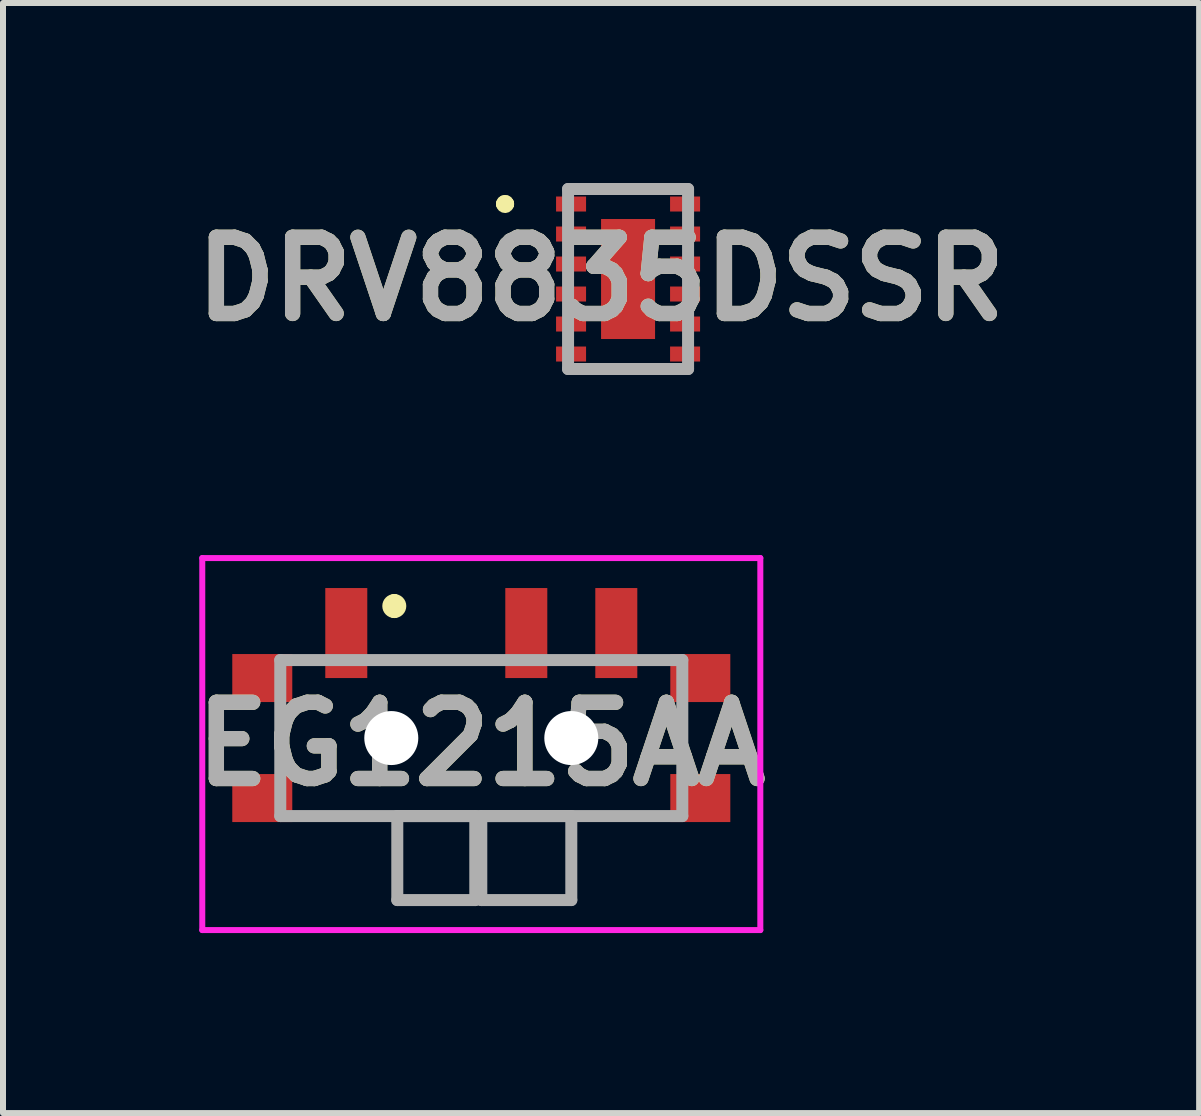
<source format=kicad_pcb>
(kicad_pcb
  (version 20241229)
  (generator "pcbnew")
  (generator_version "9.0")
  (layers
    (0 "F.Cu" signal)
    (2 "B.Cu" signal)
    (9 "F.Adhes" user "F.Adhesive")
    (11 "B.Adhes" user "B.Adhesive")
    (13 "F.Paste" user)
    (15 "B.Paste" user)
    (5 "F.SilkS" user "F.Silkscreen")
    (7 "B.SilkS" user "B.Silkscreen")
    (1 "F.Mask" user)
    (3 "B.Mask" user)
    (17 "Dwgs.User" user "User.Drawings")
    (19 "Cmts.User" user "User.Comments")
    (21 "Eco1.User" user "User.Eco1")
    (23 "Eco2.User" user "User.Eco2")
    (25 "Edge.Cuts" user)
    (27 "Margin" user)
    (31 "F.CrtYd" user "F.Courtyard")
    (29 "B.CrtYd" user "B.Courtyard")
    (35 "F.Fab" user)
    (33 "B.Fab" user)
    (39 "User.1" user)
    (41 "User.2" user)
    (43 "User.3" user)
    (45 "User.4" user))
  (footprint "DRV8835DSSR"
    (layer "F.Cu")
    (at 7.417 1.6)
    (property "Reference" "DRV8835DSSR" (at -0.45 0 0) (layer "F.SilkS") (effects (font (size 1.27 1.27) (thickness 0.254))))
    (attr smd)
    (fp_line (start -2.1 -1.25) (end -2.1 -1.25) (stroke (width 0.2) (type solid)) (layer "F.SilkS"))
    (fp_line (start -2 -1.25) (end -2 -1.25) (stroke (width 0.2) (type solid)) (layer "F.SilkS"))
    (fp_line (start -2 -1.25) (end -2 -1.25) (stroke (width 0.2) (type solid)) (layer "F.SilkS"))
    (fp_arc (start -2.1 -1.25) (mid -2.05 -1.3) (end -2 -1.25) (stroke (width 0.2) (type solid)) (layer "F.SilkS"))
    (fp_arc (start -2.1 -1.25) (mid -2.05 -1.3) (end -2 -1.25) (stroke (width 0.2) (type solid)) (layer "F.SilkS"))
    (fp_arc (start -2 -1.25) (mid -2.05 -1.2) (end -2.1 -1.25) (stroke (width 0.2) (type solid)) (layer "F.SilkS"))
    (fp_line (start -1 -1.5) (end -1 1.5) (stroke (width 0.2) (type solid)) (layer "F.Fab"))
    (fp_line (start -1 1.5) (end 1 1.5) (stroke (width 0.2) (type solid)) (layer "F.Fab"))
    (fp_line (start 1 -1.5) (end -1 -1.5) (stroke (width 0.2) (type solid)) (layer "F.Fab"))
    (fp_line (start 1 1.5) (end 1 -1.5) (stroke (width 0.2) (type solid)) (layer "F.Fab"))
    (fp_text user "${REFERENCE}" (at -0.45 0 0) (layer "F.Fab") (effects (font (size 1.27 1.27) (thickness 0.254))))
    (pad "1" smd rect (at -0.95 -1.25 90) (size 0.25 0.5) (layers "F.Cu" "F.Mask" "F.Paste"))
    (pad "2" smd rect (at -0.95 -0.75 90) (size 0.25 0.5) (layers "F.Cu" "F.Mask" "F.Paste"))
    (pad "3" smd rect (at -0.95 -0.25 90) (size 0.25 0.5) (layers "F.Cu" "F.Mask" "F.Paste"))
    (pad "4" smd rect (at -0.95 0.25 90) (size 0.25 0.5) (layers "F.Cu" "F.Mask" "F.Paste"))
    (pad "5" smd rect (at -0.95 0.75 90) (size 0.25 0.5) (layers "F.Cu" "F.Mask" "F.Paste"))
    (pad "6" smd rect (at -0.95 1.25 90) (size 0.25 0.5) (layers "F.Cu" "F.Mask" "F.Paste"))
    (pad "7" smd rect (at 0.95 1.25 90) (size 0.25 0.5) (layers "F.Cu" "F.Mask" "F.Paste"))
    (pad "8" smd rect (at 0.95 0.75 90) (size 0.25 0.5) (layers "F.Cu" "F.Mask" "F.Paste"))
    (pad "9" smd rect (at 0.95 0.25 90) (size 0.25 0.5) (layers "F.Cu" "F.Mask" "F.Paste"))
    (pad "10" smd rect (at 0.95 -0.25 90) (size 0.25 0.5) (layers "F.Cu" "F.Mask" "F.Paste"))
    (pad "11" smd rect (at 0.95 -0.75 90) (size 0.25 0.5) (layers "F.Cu" "F.Mask" "F.Paste"))
    (pad "12" smd rect (at 0.95 -1.25 90) (size 0.25 0.5) (layers "F.Cu" "F.Mask" "F.Paste"))
    (pad "13" smd rect (at 0 0) (size 0.9 2) (layers "F.Cu" "F.Mask" "F.Paste")))
  (footprint "EG1215AA"
    (layer "F.Cu")
    (at 4.971 9.25)
    (property "Reference" "EG1215AA" (at 0 0.1 0) (layer "F.SilkS") (effects (font (size 1.27 1.27) (thickness 0.254))))
    (attr through_hole)
    (fp_line (start -3.35 -0.2) (end -3.35 0.2) (stroke (width 0.1) (type solid)) (layer "F.SilkS"))
    (fp_line (start -2.7 1.3) (end 2.7 1.3) (stroke (width 0.1) (type solid)) (layer "F.SilkS"))
    (fp_line (start -1.5 -1.3) (end 0 -1.3) (stroke (width 0.1) (type solid)) (layer "F.SilkS"))
    (fp_line (start -1.45 -2.3) (end -1.45 -2.3) (stroke (width 0.2) (type solid)) (layer "F.SilkS"))
    (fp_line (start -1.45 -2.1) (end -1.45 -2.1) (stroke (width 0.2) (type solid)) (layer "F.SilkS"))
    (fp_line (start 3.35 -0.2) (end 3.35 0.2) (stroke (width 0.1) (type solid)) (layer "F.SilkS"))
    (fp_arc (start -1.45 -2.3) (mid -1.35 -2.2) (end -1.45 -2.1) (stroke (width 0.2) (type solid)) (layer "F.SilkS"))
    (fp_arc (start -1.45 -2.1) (mid -1.55 -2.2) (end -1.45 -2.3) (stroke (width 0.2) (type solid)) (layer "F.SilkS"))
    (fp_line (start -4.65 -3) (end 4.65 -3) (stroke (width 0.1) (type solid)) (layer "F.CrtYd"))
    (fp_line (start -4.65 3.2) (end -4.65 -3) (stroke (width 0.1) (type solid)) (layer "F.CrtYd"))
    (fp_line (start 4.65 -3) (end 4.65 3.2) (stroke (width 0.1) (type solid)) (layer "F.CrtYd"))
    (fp_line (start 4.65 3.2) (end -4.65 3.2) (stroke (width 0.1) (type solid)) (layer "F.CrtYd"))
    (fp_line (start -3.35 -1.3) (end 3.35 -1.3) (stroke (width 0.2) (type solid)) (layer "F.Fab"))
    (fp_line (start -3.35 1.3) (end -3.35 -1.3) (stroke (width 0.2) (type solid)) (layer "F.Fab"))
    (fp_line (start -1.4 1.3) (end -0.1 1.3) (stroke (width 0.2) (type solid)) (layer "F.Fab"))
    (fp_line (start -1.4 2.7) (end -1.4 1.3) (stroke (width 0.2) (type solid)) (layer "F.Fab"))
    (fp_line (start -0.1 1.3) (end -0.1 2.7) (stroke (width 0.2) (type solid)) (layer "F.Fab"))
    (fp_line (start -0.1 2.7) (end -1.4 2.7) (stroke (width 0.2) (type solid)) (layer "F.Fab"))
    (fp_line (start 0 1.3) (end 1.5 1.3) (stroke (width 0.2) (type solid)) (layer "F.Fab"))
    (fp_line (start 0 2.7) (end 0 1.3) (stroke (width 0.2) (type solid)) (layer "F.Fab"))
    (fp_line (start 1.5 1.3) (end 1.5 2.7) (stroke (width 0.2) (type solid)) (layer "F.Fab"))
    (fp_line (start 1.5 2.7) (end 0 2.7) (stroke (width 0.2) (type solid)) (layer "F.Fab"))
    (fp_line (start 3.35 -1.3) (end 3.35 1.3) (stroke (width 0.2) (type solid)) (layer "F.Fab"))
    (fp_line (start 3.35 1.3) (end -3.35 1.3) (stroke (width 0.2) (type solid)) (layer "F.Fab"))
    (fp_text user "${REFERENCE}" (at 0 0.1 0) (layer "F.Fab") (effects (font (size 1.27 1.27) (thickness 0.254))))
    (pad "" np_thru_hole circle (at -1.5 0) (size 0.9 0.9) (drill 0.9) (layers "*.Cu" "*.Mask"))
    (pad "" np_thru_hole circle (at 1.5 0) (size 0.9 0.9) (drill 0.9) (layers "*.Cu" "*.Mask"))
    (pad "1" smd rect (at -2.25 -1.75) (size 0.7 1.5) (layers "F.Cu" "F.Mask" "F.Paste"))
    (pad "2" smd rect (at 0.75 -1.75) (size 0.7 1.5) (layers "F.Cu" "F.Mask" "F.Paste"))
    (pad "3" smd rect (at 2.25 -1.75) (size 0.7 1.5) (layers "F.Cu" "F.Mask" "F.Paste"))
    (pad "MP1" smd rect (at -3.65 -1 90) (size 0.8 1) (layers "F.Cu" "F.Mask" "F.Paste"))
    (pad "MP2" smd rect (at 3.65 -1 90) (size 0.8 1) (layers "F.Cu" "F.Mask" "F.Paste"))
    (pad "MP3" smd rect (at -3.65 1 90) (size 0.8 1) (layers "F.Cu" "F.Mask" "F.Paste"))
    (pad "MP4" smd rect (at 3.65 1 90) (size 0.8 1) (layers "F.Cu" "F.Mask" "F.Paste")))
  (gr_rect
    (start -3 -3)
    (end 16.934 15.5)
    (stroke (width 0.1) (type default))
    (fill no)
    (layer "Edge.Cuts")))
</source>
